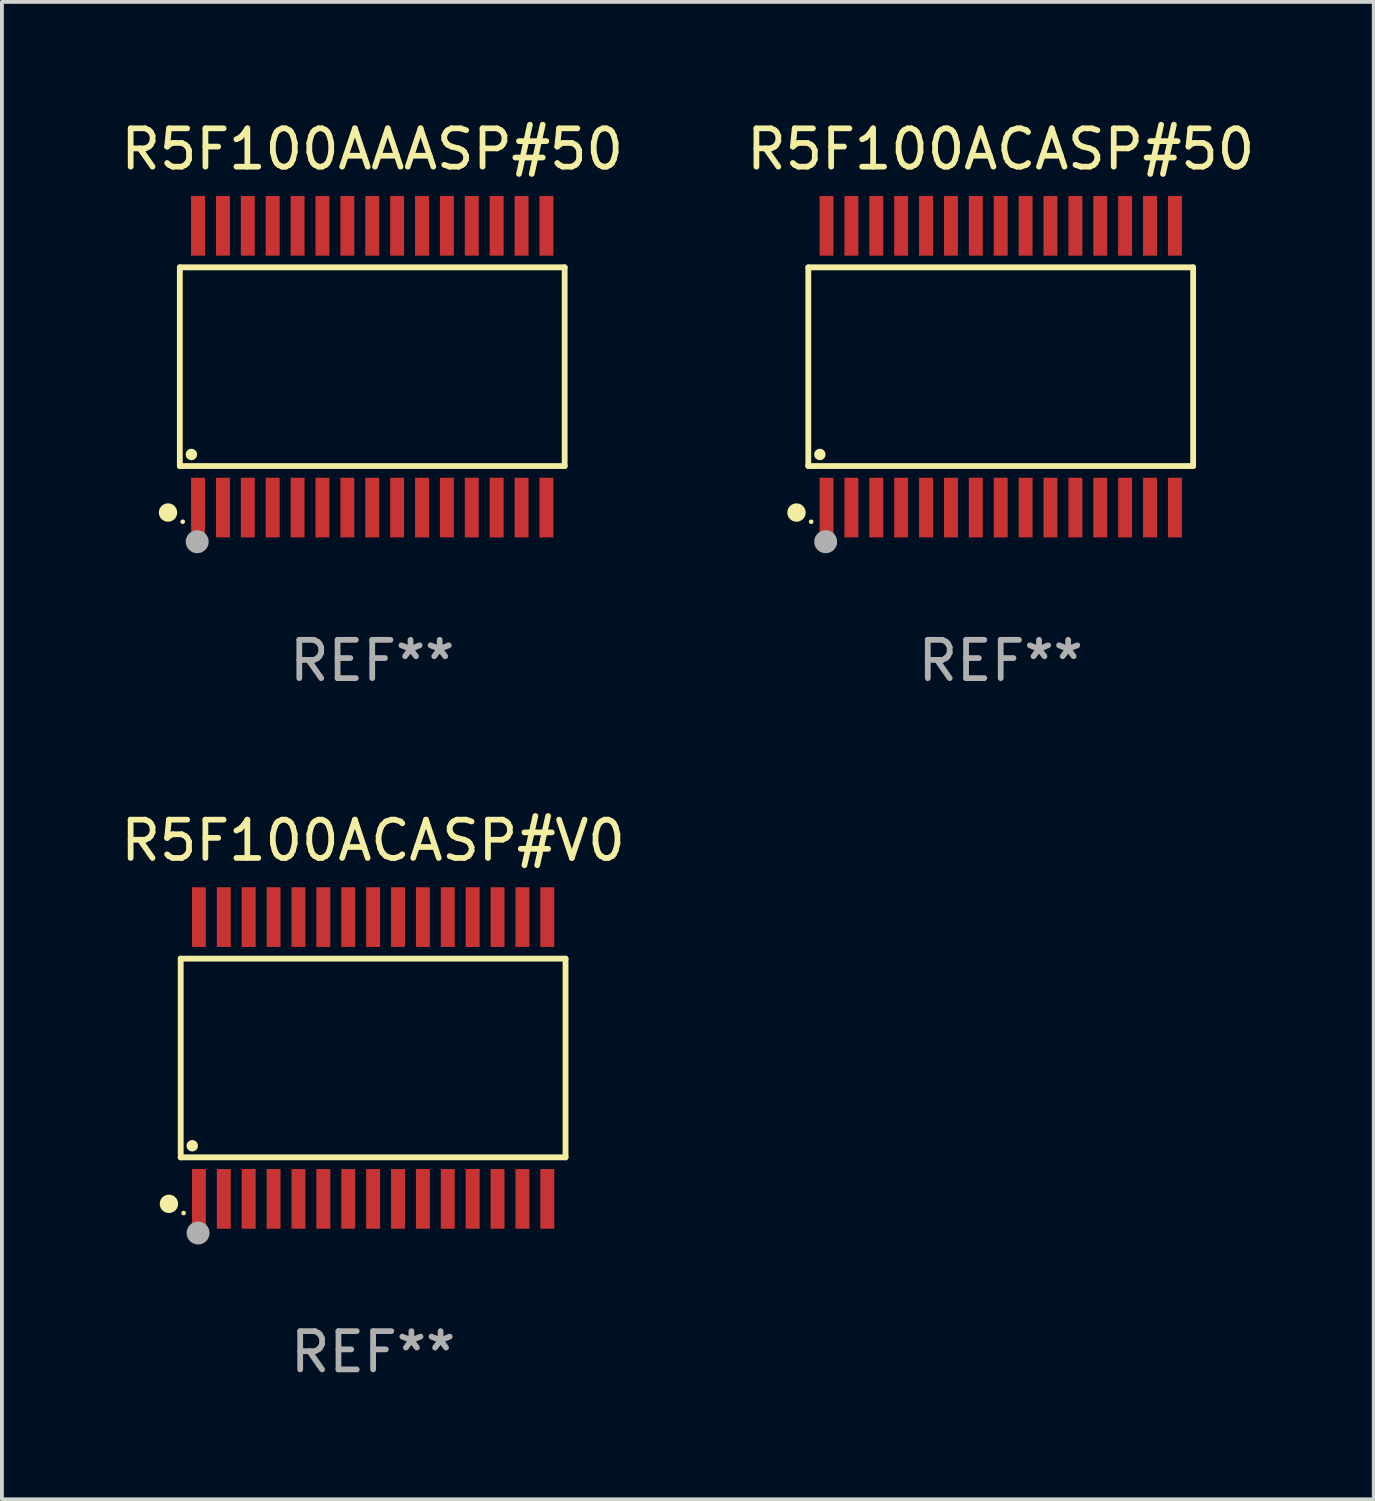
<source format=kicad_pcb>
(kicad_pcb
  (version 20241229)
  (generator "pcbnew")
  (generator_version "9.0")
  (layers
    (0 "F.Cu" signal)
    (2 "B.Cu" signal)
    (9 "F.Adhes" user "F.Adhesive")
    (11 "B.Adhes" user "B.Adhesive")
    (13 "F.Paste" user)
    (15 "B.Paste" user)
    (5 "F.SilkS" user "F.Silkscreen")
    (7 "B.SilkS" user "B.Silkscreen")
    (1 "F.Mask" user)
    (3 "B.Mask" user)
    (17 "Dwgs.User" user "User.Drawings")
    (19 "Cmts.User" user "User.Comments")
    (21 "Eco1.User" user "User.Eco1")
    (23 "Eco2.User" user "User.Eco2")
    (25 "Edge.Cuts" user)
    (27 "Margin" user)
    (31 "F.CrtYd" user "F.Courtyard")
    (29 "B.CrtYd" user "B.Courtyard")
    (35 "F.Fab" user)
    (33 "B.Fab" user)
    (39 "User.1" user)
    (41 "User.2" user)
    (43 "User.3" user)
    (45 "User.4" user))
  (footprint "R5F100ACASP#V0"
    (layer "F.Cu")
    (at 6.696 24.585)
    (property "Reference" "R5F100ACASP#V0" (at 0 -5.68 0) (layer "F.SilkS") (effects (font (size 1 1) (thickness 0.15))))
    (attr through_hole)
    (fp_line (start -5.026 -2.595) (end 5.026 -2.595) (stroke (width 0.152) (type solid)) (layer "F.SilkS"))
    (fp_line (start -5.026 2.595) (end -5.026 -2.595) (stroke (width 0.152) (type solid)) (layer "F.SilkS"))
    (fp_line (start 5.026 -2.595) (end 5.026 2.595) (stroke (width 0.152) (type solid)) (layer "F.SilkS"))
    (fp_line (start 5.026 2.595) (end -5.026 2.595) (stroke (width 0.152) (type solid)) (layer "F.SilkS"))
    (fp_circle (center -5.334 3.81) (end -5.214 3.81) (stroke (width 0.24) (type solid)) (fill no) (layer "F.SilkS"))
    (fp_circle (center -4.95 4.05) (end -4.92 4.05) (stroke (width 0.06) (type solid)) (fill no) (layer "F.SilkS"))
    (fp_circle (center -4.724 2.293) (end -4.649 2.293) (stroke (width 0.15) (type solid)) (fill no) (layer "F.SilkS"))
    (fp_circle (center -4.572 4.572) (end -4.422 4.572) (stroke (width 0.3) (type solid)) (fill no) (layer "F.Fab"))
    (fp_text user "REF**" (at 0 7.68 0) (layer "F.Fab") (effects (font (size 1 1) (thickness 0.15))))
    (pad "1" smd rect (at -4.55 3.68) (size 0.364 1.56) (layers "F.Cu" "F.Mask" "F.Paste"))
    (pad "2" smd rect (at -3.9 3.68) (size 0.364 1.56) (layers "F.Cu" "F.Mask" "F.Paste"))
    (pad "3" smd rect (at -3.25 3.68) (size 0.364 1.56) (layers "F.Cu" "F.Mask" "F.Paste"))
    (pad "4" smd rect (at -2.6 3.68) (size 0.364 1.56) (layers "F.Cu" "F.Mask" "F.Paste"))
    (pad "5" smd rect (at -1.95 3.68) (size 0.364 1.56) (layers "F.Cu" "F.Mask" "F.Paste"))
    (pad "6" smd rect (at -1.3 3.68) (size 0.364 1.56) (layers "F.Cu" "F.Mask" "F.Paste"))
    (pad "7" smd rect (at -0.65 3.68) (size 0.364 1.56) (layers "F.Cu" "F.Mask" "F.Paste"))
    (pad "8" smd rect (at -0.000013 3.68) (size 0.364 1.56) (layers "F.Cu" "F.Mask" "F.Paste"))
    (pad "9" smd rect (at 0.65 3.68) (size 0.364 1.56) (layers "F.Cu" "F.Mask" "F.Paste"))
    (pad "10" smd rect (at 1.3 3.68) (size 0.364 1.56) (layers "F.Cu" "F.Mask" "F.Paste"))
    (pad "11" smd rect (at 1.95 3.68) (size 0.364 1.56) (layers "F.Cu" "F.Mask" "F.Paste"))
    (pad "12" smd rect (at 2.6 3.68) (size 0.364 1.56) (layers "F.Cu" "F.Mask" "F.Paste"))
    (pad "13" smd rect (at 3.25 3.68) (size 0.364 1.56) (layers "F.Cu" "F.Mask" "F.Paste"))
    (pad "14" smd rect (at 3.9 3.68) (size 0.364 1.56) (layers "F.Cu" "F.Mask" "F.Paste"))
    (pad "15" smd rect (at 4.55 3.68) (size 0.364 1.56) (layers "F.Cu" "F.Mask" "F.Paste"))
    (pad "16" smd rect (at 4.55 -3.68) (size 0.364 1.56) (layers "F.Cu" "F.Mask" "F.Paste"))
    (pad "17" smd rect (at 3.9 -3.68) (size 0.364 1.56) (layers "F.Cu" "F.Mask" "F.Paste"))
    (pad "18" smd rect (at 3.25 -3.68) (size 0.364 1.56) (layers "F.Cu" "F.Mask" "F.Paste"))
    (pad "19" smd rect (at 2.6 -3.68) (size 0.364 1.56) (layers "F.Cu" "F.Mask" "F.Paste"))
    (pad "20" smd rect (at 1.95 -3.68) (size 0.364 1.56) (layers "F.Cu" "F.Mask" "F.Paste"))
    (pad "21" smd rect (at 1.3 -3.68) (size 0.364 1.56) (layers "F.Cu" "F.Mask" "F.Paste"))
    (pad "22" smd rect (at 0.65 -3.68) (size 0.364 1.56) (layers "F.Cu" "F.Mask" "F.Paste"))
    (pad "23" smd rect (at -0.000013 -3.68) (size 0.364 1.56) (layers "F.Cu" "F.Mask" "F.Paste"))
    (pad "24" smd rect (at -0.65 -3.68) (size 0.364 1.56) (layers "F.Cu" "F.Mask" "F.Paste"))
    (pad "25" smd rect (at -1.3 -3.68) (size 0.364 1.56) (layers "F.Cu" "F.Mask" "F.Paste"))
    (pad "26" smd rect (at -1.95 -3.68) (size 0.364 1.56) (layers "F.Cu" "F.Mask" "F.Paste"))
    (pad "27" smd rect (at -2.6 -3.68) (size 0.364 1.56) (layers "F.Cu" "F.Mask" "F.Paste"))
    (pad "28" smd rect (at -3.25 -3.68) (size 0.364 1.56) (layers "F.Cu" "F.Mask" "F.Paste"))
    (pad "29" smd rect (at -3.9 -3.68) (size 0.364 1.56) (layers "F.Cu" "F.Mask" "F.Paste"))
    (pad "30" smd rect (at -4.55 -3.68) (size 0.364 1.56) (layers "F.Cu" "F.Mask" "F.Paste")))
  (footprint "R5F100ACASP#50"
    (layer "F.Cu")
    (at 23.089 6.528)
    (property "Reference" "R5F100ACASP#50" (at 0 -5.68 0) (layer "F.SilkS") (effects (font (size 1 1) (thickness 0.15))))
    (attr through_hole)
    (fp_line (start -5.026 -2.595) (end 5.026 -2.595) (stroke (width 0.152) (type solid)) (layer "F.SilkS"))
    (fp_line (start -5.026 2.595) (end -5.026 -2.595) (stroke (width 0.152) (type solid)) (layer "F.SilkS"))
    (fp_line (start 5.026 -2.595) (end 5.026 2.595) (stroke (width 0.152) (type solid)) (layer "F.SilkS"))
    (fp_line (start 5.026 2.595) (end -5.026 2.595) (stroke (width 0.152) (type solid)) (layer "F.SilkS"))
    (fp_circle (center -5.334 3.81) (end -5.214 3.81) (stroke (width 0.24) (type solid)) (fill no) (layer "F.SilkS"))
    (fp_circle (center -4.95 4.05) (end -4.92 4.05) (stroke (width 0.06) (type solid)) (fill no) (layer "F.SilkS"))
    (fp_circle (center -4.724 2.293) (end -4.649 2.293) (stroke (width 0.15) (type solid)) (fill no) (layer "F.SilkS"))
    (fp_circle (center -4.572 4.572) (end -4.422 4.572) (stroke (width 0.3) (type solid)) (fill no) (layer "F.Fab"))
    (fp_text user "REF**" (at 0 7.68 0) (layer "F.Fab") (effects (font (size 1 1) (thickness 0.15))))
    (pad "1" smd rect (at -4.55 3.68) (size 0.364 1.56) (layers "F.Cu" "F.Mask" "F.Paste"))
    (pad "2" smd rect (at -3.9 3.68) (size 0.364 1.56) (layers "F.Cu" "F.Mask" "F.Paste"))
    (pad "3" smd rect (at -3.25 3.68) (size 0.364 1.56) (layers "F.Cu" "F.Mask" "F.Paste"))
    (pad "4" smd rect (at -2.6 3.68) (size 0.364 1.56) (layers "F.Cu" "F.Mask" "F.Paste"))
    (pad "5" smd rect (at -1.95 3.68) (size 0.364 1.56) (layers "F.Cu" "F.Mask" "F.Paste"))
    (pad "6" smd rect (at -1.3 3.68) (size 0.364 1.56) (layers "F.Cu" "F.Mask" "F.Paste"))
    (pad "7" smd rect (at -0.65 3.68) (size 0.364 1.56) (layers "F.Cu" "F.Mask" "F.Paste"))
    (pad "8" smd rect (at -0.000013 3.68) (size 0.364 1.56) (layers "F.Cu" "F.Mask" "F.Paste"))
    (pad "9" smd rect (at 0.65 3.68) (size 0.364 1.56) (layers "F.Cu" "F.Mask" "F.Paste"))
    (pad "10" smd rect (at 1.3 3.68) (size 0.364 1.56) (layers "F.Cu" "F.Mask" "F.Paste"))
    (pad "11" smd rect (at 1.95 3.68) (size 0.364 1.56) (layers "F.Cu" "F.Mask" "F.Paste"))
    (pad "12" smd rect (at 2.6 3.68) (size 0.364 1.56) (layers "F.Cu" "F.Mask" "F.Paste"))
    (pad "13" smd rect (at 3.25 3.68) (size 0.364 1.56) (layers "F.Cu" "F.Mask" "F.Paste"))
    (pad "14" smd rect (at 3.9 3.68) (size 0.364 1.56) (layers "F.Cu" "F.Mask" "F.Paste"))
    (pad "15" smd rect (at 4.55 3.68) (size 0.364 1.56) (layers "F.Cu" "F.Mask" "F.Paste"))
    (pad "16" smd rect (at 4.55 -3.68) (size 0.364 1.56) (layers "F.Cu" "F.Mask" "F.Paste"))
    (pad "17" smd rect (at 3.9 -3.68) (size 0.364 1.56) (layers "F.Cu" "F.Mask" "F.Paste"))
    (pad "18" smd rect (at 3.25 -3.68) (size 0.364 1.56) (layers "F.Cu" "F.Mask" "F.Paste"))
    (pad "19" smd rect (at 2.6 -3.68) (size 0.364 1.56) (layers "F.Cu" "F.Mask" "F.Paste"))
    (pad "20" smd rect (at 1.95 -3.68) (size 0.364 1.56) (layers "F.Cu" "F.Mask" "F.Paste"))
    (pad "21" smd rect (at 1.3 -3.68) (size 0.364 1.56) (layers "F.Cu" "F.Mask" "F.Paste"))
    (pad "22" smd rect (at 0.65 -3.68) (size 0.364 1.56) (layers "F.Cu" "F.Mask" "F.Paste"))
    (pad "23" smd rect (at -0.000013 -3.68) (size 0.364 1.56) (layers "F.Cu" "F.Mask" "F.Paste"))
    (pad "24" smd rect (at -0.65 -3.68) (size 0.364 1.56) (layers "F.Cu" "F.Mask" "F.Paste"))
    (pad "25" smd rect (at -1.3 -3.68) (size 0.364 1.56) (layers "F.Cu" "F.Mask" "F.Paste"))
    (pad "26" smd rect (at -1.95 -3.68) (size 0.364 1.56) (layers "F.Cu" "F.Mask" "F.Paste"))
    (pad "27" smd rect (at -2.6 -3.68) (size 0.364 1.56) (layers "F.Cu" "F.Mask" "F.Paste"))
    (pad "28" smd rect (at -3.25 -3.68) (size 0.364 1.56) (layers "F.Cu" "F.Mask" "F.Paste"))
    (pad "29" smd rect (at -3.9 -3.68) (size 0.364 1.56) (layers "F.Cu" "F.Mask" "F.Paste"))
    (pad "30" smd rect (at -4.55 -3.68) (size 0.364 1.56) (layers "F.Cu" "F.Mask" "F.Paste")))
  (footprint "R5F100AAASP#50"
    (layer "F.Cu")
    (at 6.673 6.528)
    (property "Reference" "R5F100AAASP#50" (at 0 -5.68 0) (layer "F.SilkS") (effects (font (size 1 1) (thickness 0.15))))
    (attr through_hole)
    (fp_line (start -5.026 -2.595) (end 5.026 -2.595) (stroke (width 0.152) (type solid)) (layer "F.SilkS"))
    (fp_line (start -5.026 2.595) (end -5.026 -2.595) (stroke (width 0.152) (type solid)) (layer "F.SilkS"))
    (fp_line (start 5.026 -2.595) (end 5.026 2.595) (stroke (width 0.152) (type solid)) (layer "F.SilkS"))
    (fp_line (start 5.026 2.595) (end -5.026 2.595) (stroke (width 0.152) (type solid)) (layer "F.SilkS"))
    (fp_circle (center -5.334 3.81) (end -5.214 3.81) (stroke (width 0.24) (type solid)) (fill no) (layer "F.SilkS"))
    (fp_circle (center -4.95 4.05) (end -4.92 4.05) (stroke (width 0.06) (type solid)) (fill no) (layer "F.SilkS"))
    (fp_circle (center -4.724 2.293) (end -4.649 2.293) (stroke (width 0.15) (type solid)) (fill no) (layer "F.SilkS"))
    (fp_circle (center -4.572 4.572) (end -4.422 4.572) (stroke (width 0.3) (type solid)) (fill no) (layer "F.Fab"))
    (fp_text user "REF**" (at 0 7.68 0) (layer "F.Fab") (effects (font (size 1 1) (thickness 0.15))))
    (pad "1" smd rect (at -4.55 3.68) (size 0.364 1.56) (layers "F.Cu" "F.Mask" "F.Paste"))
    (pad "2" smd rect (at -3.9 3.68) (size 0.364 1.56) (layers "F.Cu" "F.Mask" "F.Paste"))
    (pad "3" smd rect (at -3.25 3.68) (size 0.364 1.56) (layers "F.Cu" "F.Mask" "F.Paste"))
    (pad "4" smd rect (at -2.6 3.68) (size 0.364 1.56) (layers "F.Cu" "F.Mask" "F.Paste"))
    (pad "5" smd rect (at -1.95 3.68) (size 0.364 1.56) (layers "F.Cu" "F.Mask" "F.Paste"))
    (pad "6" smd rect (at -1.3 3.68) (size 0.364 1.56) (layers "F.Cu" "F.Mask" "F.Paste"))
    (pad "7" smd rect (at -0.65 3.68) (size 0.364 1.56) (layers "F.Cu" "F.Mask" "F.Paste"))
    (pad "8" smd rect (at -0.000013 3.68) (size 0.364 1.56) (layers "F.Cu" "F.Mask" "F.Paste"))
    (pad "9" smd rect (at 0.65 3.68) (size 0.364 1.56) (layers "F.Cu" "F.Mask" "F.Paste"))
    (pad "10" smd rect (at 1.3 3.68) (size 0.364 1.56) (layers "F.Cu" "F.Mask" "F.Paste"))
    (pad "11" smd rect (at 1.95 3.68) (size 0.364 1.56) (layers "F.Cu" "F.Mask" "F.Paste"))
    (pad "12" smd rect (at 2.6 3.68) (size 0.364 1.56) (layers "F.Cu" "F.Mask" "F.Paste"))
    (pad "13" smd rect (at 3.25 3.68) (size 0.364 1.56) (layers "F.Cu" "F.Mask" "F.Paste"))
    (pad "14" smd rect (at 3.9 3.68) (size 0.364 1.56) (layers "F.Cu" "F.Mask" "F.Paste"))
    (pad "15" smd rect (at 4.55 3.68) (size 0.364 1.56) (layers "F.Cu" "F.Mask" "F.Paste"))
    (pad "16" smd rect (at 4.55 -3.68) (size 0.364 1.56) (layers "F.Cu" "F.Mask" "F.Paste"))
    (pad "17" smd rect (at 3.9 -3.68) (size 0.364 1.56) (layers "F.Cu" "F.Mask" "F.Paste"))
    (pad "18" smd rect (at 3.25 -3.68) (size 0.364 1.56) (layers "F.Cu" "F.Mask" "F.Paste"))
    (pad "19" smd rect (at 2.6 -3.68) (size 0.364 1.56) (layers "F.Cu" "F.Mask" "F.Paste"))
    (pad "20" smd rect (at 1.95 -3.68) (size 0.364 1.56) (layers "F.Cu" "F.Mask" "F.Paste"))
    (pad "21" smd rect (at 1.3 -3.68) (size 0.364 1.56) (layers "F.Cu" "F.Mask" "F.Paste"))
    (pad "22" smd rect (at 0.65 -3.68) (size 0.364 1.56) (layers "F.Cu" "F.Mask" "F.Paste"))
    (pad "23" smd rect (at -0.000013 -3.68) (size 0.364 1.56) (layers "F.Cu" "F.Mask" "F.Paste"))
    (pad "24" smd rect (at -0.65 -3.68) (size 0.364 1.56) (layers "F.Cu" "F.Mask" "F.Paste"))
    (pad "25" smd rect (at -1.3 -3.68) (size 0.364 1.56) (layers "F.Cu" "F.Mask" "F.Paste"))
    (pad "26" smd rect (at -1.95 -3.68) (size 0.364 1.56) (layers "F.Cu" "F.Mask" "F.Paste"))
    (pad "27" smd rect (at -2.6 -3.68) (size 0.364 1.56) (layers "F.Cu" "F.Mask" "F.Paste"))
    (pad "28" smd rect (at -3.25 -3.68) (size 0.364 1.56) (layers "F.Cu" "F.Mask" "F.Paste"))
    (pad "29" smd rect (at -3.9 -3.68) (size 0.364 1.56) (layers "F.Cu" "F.Mask" "F.Paste"))
    (pad "30" smd rect (at -4.55 -3.68) (size 0.364 1.56) (layers "F.Cu" "F.Mask" "F.Paste")))
  (gr_rect
    (start -3 -3)
    (end 32.833 36.113)
    (stroke (width 0.1) (type default))
    (fill no)
    (layer "Edge.Cuts")))
</source>
